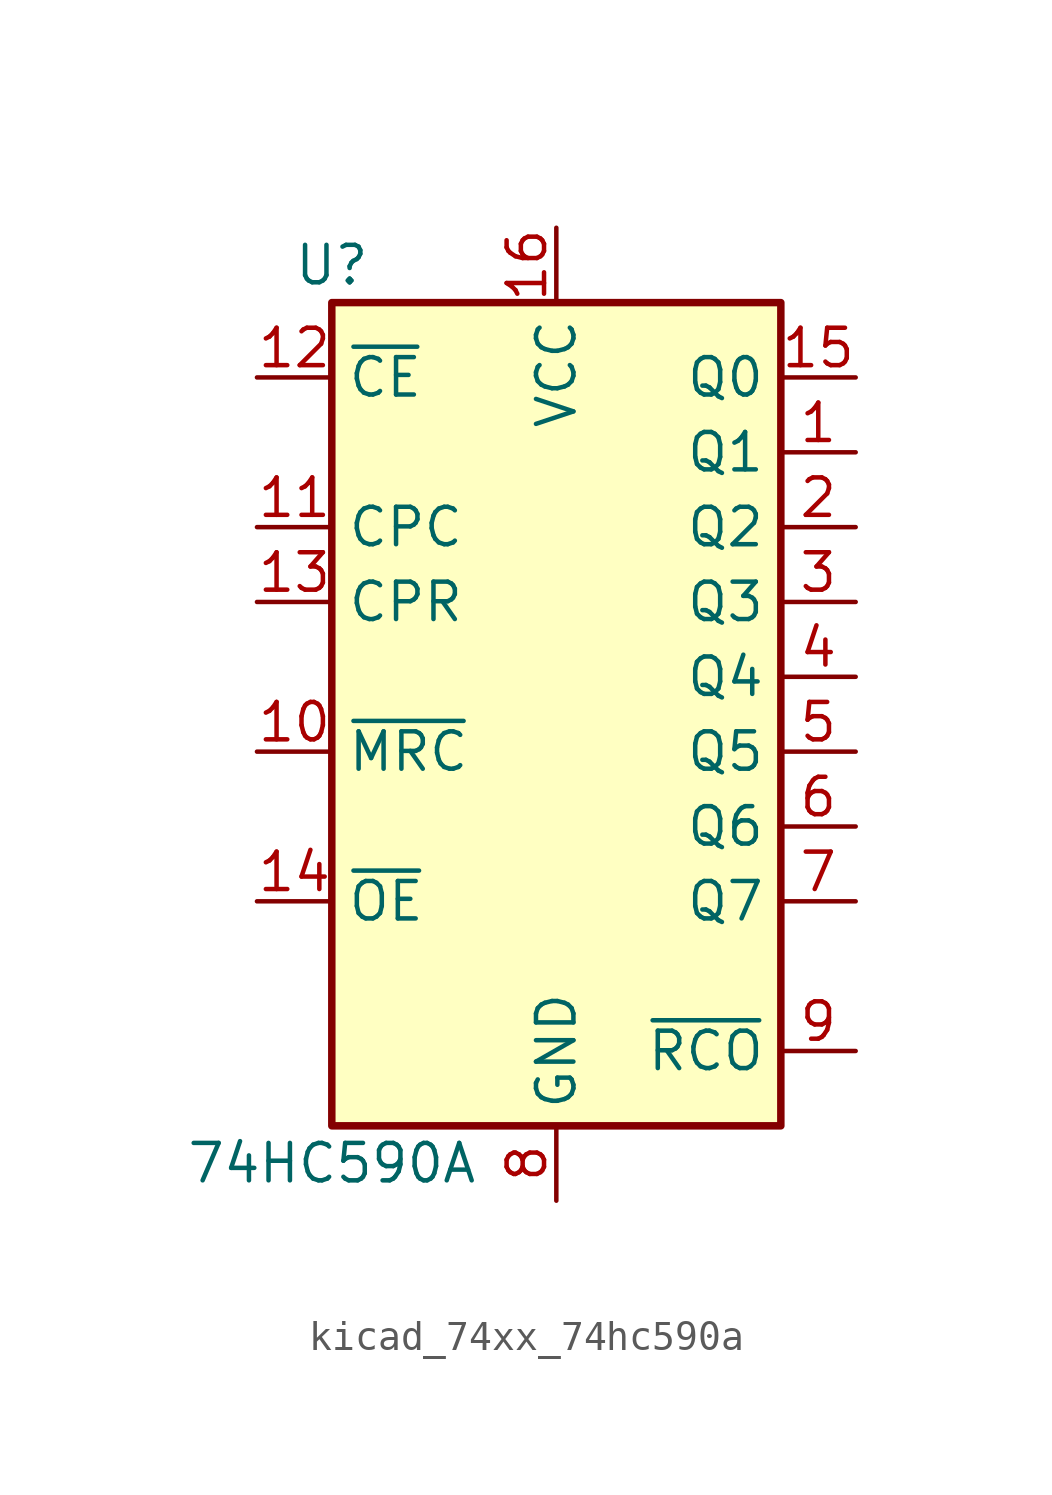
<source format=kicad_sym>
(kicad_symbol_lib
  (version 20220914)
  (generator kicad_symbol_editor)
  (symbol "kicad_74xx_74hc590a"
    (property "Reference" "U"
      (at -7.62 16.51 0)
      (effects (font (size 1.27 1.27))))
    (property "Value" "74HC590A"
      (at -7.62 -13.97 0)
      (effects (font (size 1.27 1.27))))
    (symbol "kicad_74xx_74hc590a_1_0"
      (pin tri_state line (at 10.16 10.16 180) (length 2.54) (name "Q1" (effects (font (size 1.27 1.27)))) (number "1" (effects (font (size 1.27 1.27)))))
      (pin input line (at -10.16 0 0) (length 2.54) (name "~{MRC}" (effects (font (size 1.27 1.27)))) (number "10" (effects (font (size 1.27 1.27)))))
      (pin input line (at -10.16 7.62 0) (length 2.54) (name "CPC" (effects (font (size 1.27 1.27)))) (number "11" (effects (font (size 1.27 1.27)))))
      (pin input line (at -10.16 12.7 0) (length 2.54) (name "~{CE}" (effects (font (size 1.27 1.27)))) (number "12" (effects (font (size 1.27 1.27)))))
      (pin input line (at -10.16 5.08 0) (length 2.54) (name "CPR" (effects (font (size 1.27 1.27)))) (number "13" (effects (font (size 1.27 1.27)))))
      (pin input line (at -10.16 -5.08 0) (length 2.54) (name "~{OE}" (effects (font (size 1.27 1.27)))) (number "14" (effects (font (size 1.27 1.27)))))
      (pin tri_state line (at 10.16 12.7 180) (length 2.54) (name "Q0" (effects (font (size 1.27 1.27)))) (number "15" (effects (font (size 1.27 1.27)))))
      (pin power_in line (at 0 17.78 270) (length 2.54) (name "VCC" (effects (font (size 1.27 1.27)))) (number "16" (effects (font (size 1.27 1.27)))))
      (pin tri_state line (at 10.16 7.62 180) (length 2.54) (name "Q2" (effects (font (size 1.27 1.27)))) (number "2" (effects (font (size 1.27 1.27)))))
      (pin tri_state line (at 10.16 5.08 180) (length 2.54) (name "Q3" (effects (font (size 1.27 1.27)))) (number "3" (effects (font (size 1.27 1.27)))))
      (pin tri_state line (at 10.16 2.54 180) (length 2.54) (name "Q4" (effects (font (size 1.27 1.27)))) (number "4" (effects (font (size 1.27 1.27)))))
      (pin tri_state line (at 10.16 0 180) (length 2.54) (name "Q5" (effects (font (size 1.27 1.27)))) (number "5" (effects (font (size 1.27 1.27)))))
      (pin tri_state line (at 10.16 -2.54 180) (length 2.54) (name "Q6" (effects (font (size 1.27 1.27)))) (number "6" (effects (font (size 1.27 1.27)))))
      (pin tri_state line (at 10.16 -5.08 180) (length 2.54) (name "Q7" (effects (font (size 1.27 1.27)))) (number "7" (effects (font (size 1.27 1.27)))))
      (pin power_in line (at 0 -15.24 90) (length 2.54) (name "GND" (effects (font (size 1.27 1.27)))) (number "8" (effects (font (size 1.27 1.27)))))
      (pin output line (at 10.16 -10.16 180) (length 2.54) (name "~{RCO}" (effects (font (size 1.27 1.27)))) (number "9" (effects (font (size 1.27 1.27))))))
    (symbol "kicad_74xx_74hc590a_1_1"
      (rectangle (start -7.62 15.24) (end 7.62 -12.7) (stroke (width 0.254) (type default)) (fill (type background))))))
</source>
